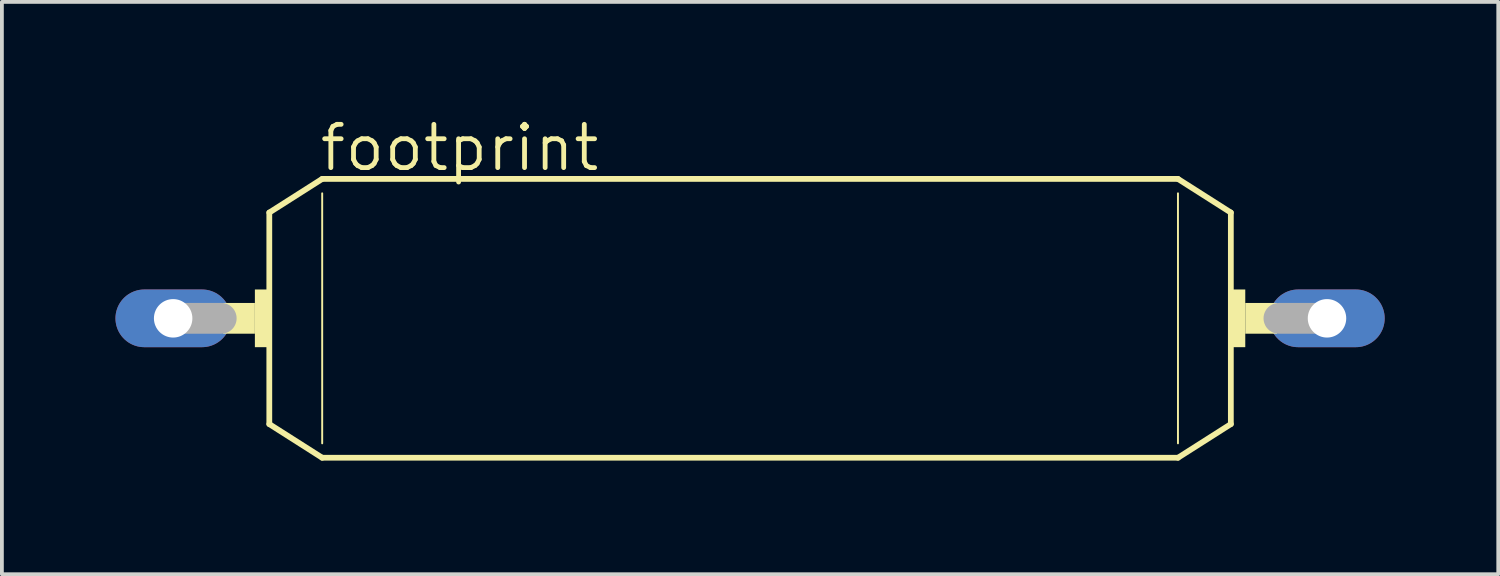
<source format=kicad_pcb>
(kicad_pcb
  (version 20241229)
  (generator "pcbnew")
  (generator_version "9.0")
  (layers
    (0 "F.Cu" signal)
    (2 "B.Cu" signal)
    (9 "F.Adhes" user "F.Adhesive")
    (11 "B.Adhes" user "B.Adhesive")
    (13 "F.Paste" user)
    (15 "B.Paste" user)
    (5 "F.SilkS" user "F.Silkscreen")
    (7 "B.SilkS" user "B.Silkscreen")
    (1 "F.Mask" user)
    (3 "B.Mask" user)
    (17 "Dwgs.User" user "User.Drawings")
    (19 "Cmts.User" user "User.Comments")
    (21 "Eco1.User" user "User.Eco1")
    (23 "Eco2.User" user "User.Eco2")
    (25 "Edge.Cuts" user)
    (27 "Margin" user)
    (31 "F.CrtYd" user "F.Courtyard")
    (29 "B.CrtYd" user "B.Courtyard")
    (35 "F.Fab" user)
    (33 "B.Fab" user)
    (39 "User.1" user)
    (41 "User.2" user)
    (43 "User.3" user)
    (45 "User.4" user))
  (footprint "footprint"
    (layer "F.Cu")
    (at 16.764 5.359)
    (property "Reference" "footprint" (at -11.43 -3.835 0) (layer "F.SilkS") (effects (font (size 1.143 1.143) (thickness 0.127)) (justify left bottom)))
    (fp_line (start -12.7 -2.794) (end -11.303 -3.683) (stroke (width 0.152) (type solid)) (layer "F.SilkS"))
    (fp_line (start -12.7 2.794) (end -12.7 -2.794) (stroke (width 0.152) (type solid)) (layer "F.SilkS"))
    (fp_line (start -12.7 2.794) (end -11.303 3.683) (stroke (width 0.152) (type solid)) (layer "F.SilkS"))
    (fp_line (start -11.303 -3.302) (end -11.303 3.302) (stroke (width 0.051) (type solid)) (layer "F.SilkS"))
    (fp_line (start 11.303 -3.683) (end -11.303 -3.683) (stroke (width 0.152) (type solid)) (layer "F.SilkS"))
    (fp_line (start 11.303 -3.302) (end 11.303 3.302) (stroke (width 0.051) (type solid)) (layer "F.SilkS"))
    (fp_line (start 11.303 3.683) (end -11.303 3.683) (stroke (width 0.152) (type solid)) (layer "F.SilkS"))
    (fp_line (start 12.7 -2.794) (end 11.303 -3.683) (stroke (width 0.152) (type solid)) (layer "F.SilkS"))
    (fp_line (start 12.7 2.794) (end 11.303 3.683) (stroke (width 0.152) (type solid)) (layer "F.SilkS"))
    (fp_line (start 12.7 2.794) (end 12.7 -2.794) (stroke (width 0.152) (type solid)) (layer "F.SilkS"))
    (fp_poly (pts (xy -13.919 0.406) (xy -13.081 0.406) (xy -13.081 -0.406) (xy -13.919 -0.406)) (stroke (width 0) (type solid)) (fill yes) (layer "F.SilkS"))
    (fp_poly (pts (xy -13.081 0.762) (xy -12.7 0.762) (xy -12.7 -0.762) (xy -13.081 -0.762)) (stroke (width 0) (type solid)) (fill yes) (layer "F.SilkS"))
    (fp_poly (pts (xy 12.7 0.762) (xy 13.081 0.762) (xy 13.081 -0.762) (xy 12.7 -0.762)) (stroke (width 0) (type solid)) (fill yes) (layer "F.SilkS"))
    (fp_poly (pts (xy 13.081 0.406) (xy 13.919 0.406) (xy 13.919 -0.406) (xy 13.081 -0.406)) (stroke (width 0) (type solid)) (fill yes) (layer "F.SilkS"))
    (fp_line (start -15.24 0) (end -13.97 0) (stroke (width 0.813) (type solid)) (layer "F.Fab"))
    (fp_line (start 15.24 0) (end 13.97 0) (stroke (width 0.813) (type solid)) (layer "F.Fab"))
    (pad "1" thru_hole oval (at -15.24 0) (size 3.048 1.524) (drill 1.016) (layers "*.Cu" "*.Mask"))
    (pad "2" thru_hole oval (at 15.24 0) (size 3.048 1.524) (drill 1.016) (layers "*.Cu" "*.Mask")))
  (gr_rect
    (start -3 -3)
    (end 36.528 12.119)
    (stroke (width 0.1) (type default))
    (fill no)
    (layer "Edge.Cuts")))
</source>
